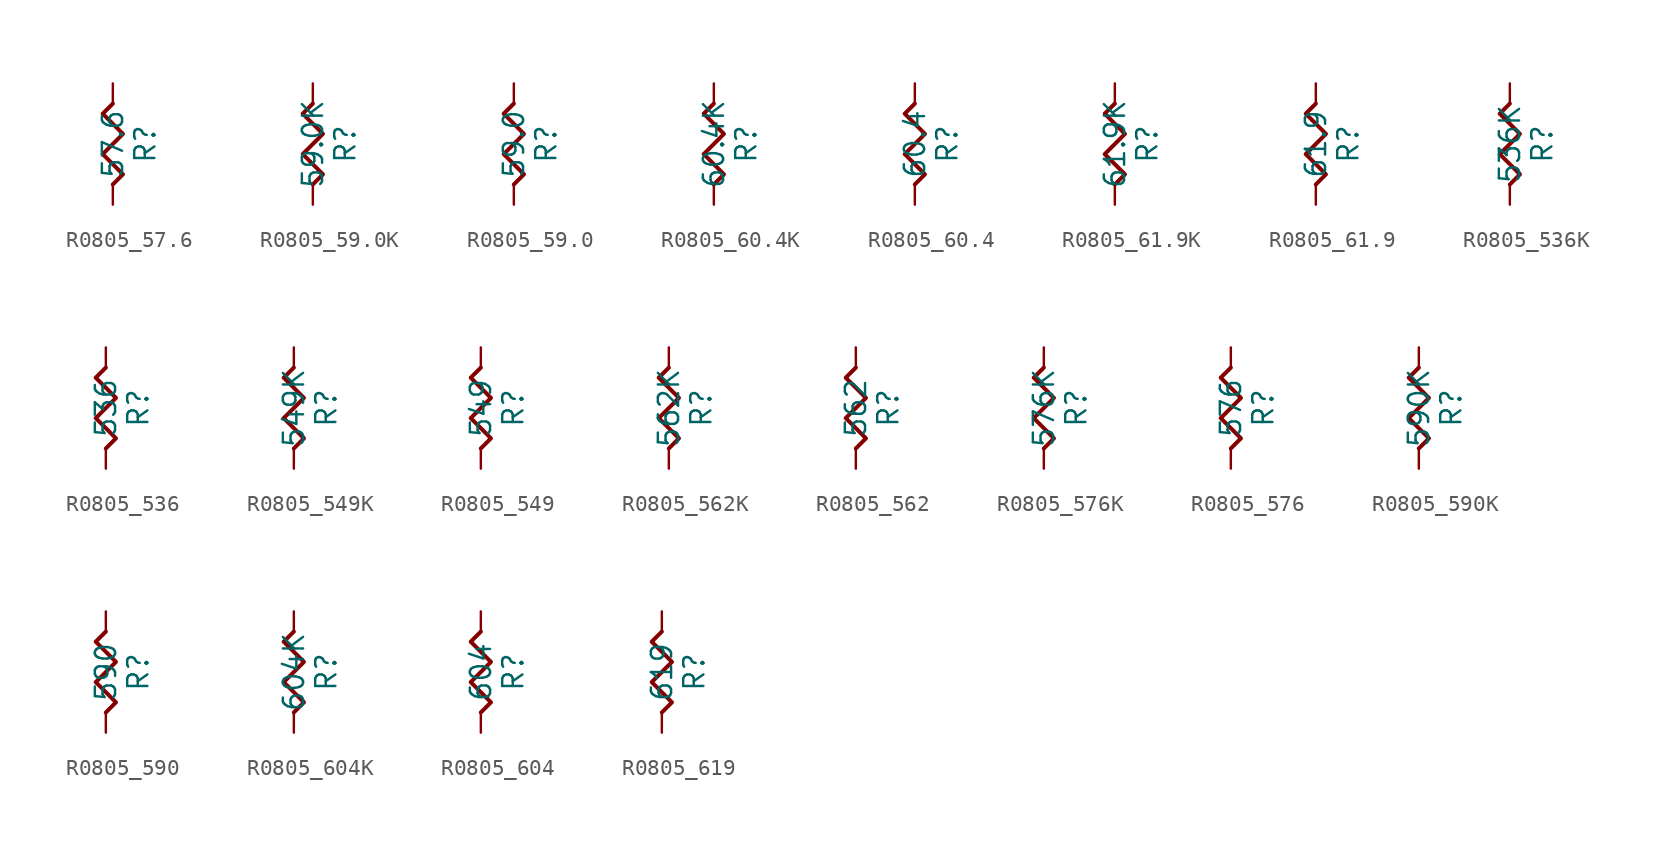
<source format=kicad_sym>
(kicad_symbol_lib
  (version 20211014)
  (generator atlantix-eda)
  (symbol "R0805_57.6"
    (pin_numbers hide)
    (pin_names
      (offset 0))
    (property "Reference" "R"
      (at 2.032 0 90)
      (effects (font (size 1.27 1.27))))
    (property "Value" "57.6"
      (at 0 0 90)
      (effects (font (size 1.27 1.27))))
    (symbol "R0805_57.6_0_1"
      (polyline (pts (xy 0 -2.54) (xy 0.635 -1.905) (xy -0.635 -0.635) (xy 0.635 0.635) (xy -0.635 1.905) (xy 0 2.54)) (stroke (width 0.254) (type default) (color 0 0 0 0)) (fill (type none))))
    (symbol "R0805_57.6_1_1"
      (pin passive line (at 0 3.81 270) (length 1.27) (name "~" (effects (font (size 1.27 1.27)))) (number "1" (effects (font (size 1.27 1.27)))))
      (pin passive line (at 0 -3.81 90) (length 1.27) (name "~" (effects (font (size 1.27 1.27)))) (number "2" (effects (font (size 1.27 1.27)))))))
  (symbol "R0805_59.0K"
    (pin_numbers hide)
    (pin_names
      (offset 0))
    (property "Reference" "R"
      (at 2.032 0 90)
      (effects (font (size 1.27 1.27))))
    (property "Value" "59.0K"
      (at 0 0 90)
      (effects (font (size 1.27 1.27))))
    (symbol "R0805_59.0K_0_1"
      (polyline (pts (xy 0 -2.54) (xy 0.635 -1.905) (xy -0.635 -0.635) (xy 0.635 0.635) (xy -0.635 1.905) (xy 0 2.54)) (stroke (width 0.254) (type default) (color 0 0 0 0)) (fill (type none))))
    (symbol "R0805_59.0K_1_1"
      (pin passive line (at 0 3.81 270) (length 1.27) (name "~" (effects (font (size 1.27 1.27)))) (number "1" (effects (font (size 1.27 1.27)))))
      (pin passive line (at 0 -3.81 90) (length 1.27) (name "~" (effects (font (size 1.27 1.27)))) (number "2" (effects (font (size 1.27 1.27)))))))
  (symbol "R0805_59.0"
    (pin_numbers hide)
    (pin_names
      (offset 0))
    (property "Reference" "R"
      (at 2.032 0 90)
      (effects (font (size 1.27 1.27))))
    (property "Value" "59.0"
      (at 0 0 90)
      (effects (font (size 1.27 1.27))))
    (symbol "R0805_59.0_0_1"
      (polyline (pts (xy 0 -2.54) (xy 0.635 -1.905) (xy -0.635 -0.635) (xy 0.635 0.635) (xy -0.635 1.905) (xy 0 2.54)) (stroke (width 0.254) (type default) (color 0 0 0 0)) (fill (type none))))
    (symbol "R0805_59.0_1_1"
      (pin passive line (at 0 3.81 270) (length 1.27) (name "~" (effects (font (size 1.27 1.27)))) (number "1" (effects (font (size 1.27 1.27)))))
      (pin passive line (at 0 -3.81 90) (length 1.27) (name "~" (effects (font (size 1.27 1.27)))) (number "2" (effects (font (size 1.27 1.27)))))))
  (symbol "R0805_60.4K"
    (pin_numbers hide)
    (pin_names
      (offset 0))
    (property "Reference" "R"
      (at 2.032 0 90)
      (effects (font (size 1.27 1.27))))
    (property "Value" "60.4K"
      (at 0 0 90)
      (effects (font (size 1.27 1.27))))
    (symbol "R0805_60.4K_0_1"
      (polyline (pts (xy 0 -2.54) (xy 0.635 -1.905) (xy -0.635 -0.635) (xy 0.635 0.635) (xy -0.635 1.905) (xy 0 2.54)) (stroke (width 0.254) (type default) (color 0 0 0 0)) (fill (type none))))
    (symbol "R0805_60.4K_1_1"
      (pin passive line (at 0 3.81 270) (length 1.27) (name "~" (effects (font (size 1.27 1.27)))) (number "1" (effects (font (size 1.27 1.27)))))
      (pin passive line (at 0 -3.81 90) (length 1.27) (name "~" (effects (font (size 1.27 1.27)))) (number "2" (effects (font (size 1.27 1.27)))))))
  (symbol "R0805_60.4"
    (pin_numbers hide)
    (pin_names
      (offset 0))
    (property "Reference" "R"
      (at 2.032 0 90)
      (effects (font (size 1.27 1.27))))
    (property "Value" "60.4"
      (at 0 0 90)
      (effects (font (size 1.27 1.27))))
    (symbol "R0805_60.4_0_1"
      (polyline (pts (xy 0 -2.54) (xy 0.635 -1.905) (xy -0.635 -0.635) (xy 0.635 0.635) (xy -0.635 1.905) (xy 0 2.54)) (stroke (width 0.254) (type default) (color 0 0 0 0)) (fill (type none))))
    (symbol "R0805_60.4_1_1"
      (pin passive line (at 0 3.81 270) (length 1.27) (name "~" (effects (font (size 1.27 1.27)))) (number "1" (effects (font (size 1.27 1.27)))))
      (pin passive line (at 0 -3.81 90) (length 1.27) (name "~" (effects (font (size 1.27 1.27)))) (number "2" (effects (font (size 1.27 1.27)))))))
  (symbol "R0805_61.9K"
    (pin_numbers hide)
    (pin_names
      (offset 0))
    (property "Reference" "R"
      (at 2.032 0 90)
      (effects (font (size 1.27 1.27))))
    (property "Value" "61.9K"
      (at 0 0 90)
      (effects (font (size 1.27 1.27))))
    (symbol "R0805_61.9K_0_1"
      (polyline (pts (xy 0 -2.54) (xy 0.635 -1.905) (xy -0.635 -0.635) (xy 0.635 0.635) (xy -0.635 1.905) (xy 0 2.54)) (stroke (width 0.254) (type default) (color 0 0 0 0)) (fill (type none))))
    (symbol "R0805_61.9K_1_1"
      (pin passive line (at 0 3.81 270) (length 1.27) (name "~" (effects (font (size 1.27 1.27)))) (number "1" (effects (font (size 1.27 1.27)))))
      (pin passive line (at 0 -3.81 90) (length 1.27) (name "~" (effects (font (size 1.27 1.27)))) (number "2" (effects (font (size 1.27 1.27)))))))
  (symbol "R0805_61.9"
    (pin_numbers hide)
    (pin_names
      (offset 0))
    (property "Reference" "R"
      (at 2.032 0 90)
      (effects (font (size 1.27 1.27))))
    (property "Value" "61.9"
      (at 0 0 90)
      (effects (font (size 1.27 1.27))))
    (symbol "R0805_61.9_0_1"
      (polyline (pts (xy 0 -2.54) (xy 0.635 -1.905) (xy -0.635 -0.635) (xy 0.635 0.635) (xy -0.635 1.905) (xy 0 2.54)) (stroke (width 0.254) (type default) (color 0 0 0 0)) (fill (type none))))
    (symbol "R0805_61.9_1_1"
      (pin passive line (at 0 3.81 270) (length 1.27) (name "~" (effects (font (size 1.27 1.27)))) (number "1" (effects (font (size 1.27 1.27)))))
      (pin passive line (at 0 -3.81 90) (length 1.27) (name "~" (effects (font (size 1.27 1.27)))) (number "2" (effects (font (size 1.27 1.27)))))))
  (symbol "R0805_536K"
    (pin_numbers hide)
    (pin_names
      (offset 0))
    (property "Reference" "R"
      (at 2.032 0 90)
      (effects (font (size 1.27 1.27))))
    (property "Value" "536K"
      (at 0 0 90)
      (effects (font (size 1.27 1.27))))
    (symbol "R0805_536K_0_1"
      (polyline (pts (xy 0 -2.54) (xy 0.635 -1.905) (xy -0.635 -0.635) (xy 0.635 0.635) (xy -0.635 1.905) (xy 0 2.54)) (stroke (width 0.254) (type default) (color 0 0 0 0)) (fill (type none))))
    (symbol "R0805_536K_1_1"
      (pin passive line (at 0 3.81 270) (length 1.27) (name "~" (effects (font (size 1.27 1.27)))) (number "1" (effects (font (size 1.27 1.27)))))
      (pin passive line (at 0 -3.81 90) (length 1.27) (name "~" (effects (font (size 1.27 1.27)))) (number "2" (effects (font (size 1.27 1.27)))))))
  (symbol "R0805_536"
    (pin_numbers hide)
    (pin_names
      (offset 0))
    (property "Reference" "R"
      (at 2.032 0 90)
      (effects (font (size 1.27 1.27))))
    (property "Value" "536"
      (at 0 0 90)
      (effects (font (size 1.27 1.27))))
    (symbol "R0805_536_0_1"
      (polyline (pts (xy 0 -2.54) (xy 0.635 -1.905) (xy -0.635 -0.635) (xy 0.635 0.635) (xy -0.635 1.905) (xy 0 2.54)) (stroke (width 0.254) (type default) (color 0 0 0 0)) (fill (type none))))
    (symbol "R0805_536_1_1"
      (pin passive line (at 0 3.81 270) (length 1.27) (name "~" (effects (font (size 1.27 1.27)))) (number "1" (effects (font (size 1.27 1.27)))))
      (pin passive line (at 0 -3.81 90) (length 1.27) (name "~" (effects (font (size 1.27 1.27)))) (number "2" (effects (font (size 1.27 1.27)))))))
  (symbol "R0805_549K"
    (pin_numbers hide)
    (pin_names
      (offset 0))
    (property "Reference" "R"
      (at 2.032 0 90)
      (effects (font (size 1.27 1.27))))
    (property "Value" "549K"
      (at 0 0 90)
      (effects (font (size 1.27 1.27))))
    (symbol "R0805_549K_0_1"
      (polyline (pts (xy 0 -2.54) (xy 0.635 -1.905) (xy -0.635 -0.635) (xy 0.635 0.635) (xy -0.635 1.905) (xy 0 2.54)) (stroke (width 0.254) (type default) (color 0 0 0 0)) (fill (type none))))
    (symbol "R0805_549K_1_1"
      (pin passive line (at 0 3.81 270) (length 1.27) (name "~" (effects (font (size 1.27 1.27)))) (number "1" (effects (font (size 1.27 1.27)))))
      (pin passive line (at 0 -3.81 90) (length 1.27) (name "~" (effects (font (size 1.27 1.27)))) (number "2" (effects (font (size 1.27 1.27)))))))
  (symbol "R0805_549"
    (pin_numbers hide)
    (pin_names
      (offset 0))
    (property "Reference" "R"
      (at 2.032 0 90)
      (effects (font (size 1.27 1.27))))
    (property "Value" "549"
      (at 0 0 90)
      (effects (font (size 1.27 1.27))))
    (symbol "R0805_549_0_1"
      (polyline (pts (xy 0 -2.54) (xy 0.635 -1.905) (xy -0.635 -0.635) (xy 0.635 0.635) (xy -0.635 1.905) (xy 0 2.54)) (stroke (width 0.254) (type default) (color 0 0 0 0)) (fill (type none))))
    (symbol "R0805_549_1_1"
      (pin passive line (at 0 3.81 270) (length 1.27) (name "~" (effects (font (size 1.27 1.27)))) (number "1" (effects (font (size 1.27 1.27)))))
      (pin passive line (at 0 -3.81 90) (length 1.27) (name "~" (effects (font (size 1.27 1.27)))) (number "2" (effects (font (size 1.27 1.27)))))))
  (symbol "R0805_562K"
    (pin_numbers hide)
    (pin_names
      (offset 0))
    (property "Reference" "R"
      (at 2.032 0 90)
      (effects (font (size 1.27 1.27))))
    (property "Value" "562K"
      (at 0 0 90)
      (effects (font (size 1.27 1.27))))
    (symbol "R0805_562K_0_1"
      (polyline (pts (xy 0 -2.54) (xy 0.635 -1.905) (xy -0.635 -0.635) (xy 0.635 0.635) (xy -0.635 1.905) (xy 0 2.54)) (stroke (width 0.254) (type default) (color 0 0 0 0)) (fill (type none))))
    (symbol "R0805_562K_1_1"
      (pin passive line (at 0 3.81 270) (length 1.27) (name "~" (effects (font (size 1.27 1.27)))) (number "1" (effects (font (size 1.27 1.27)))))
      (pin passive line (at 0 -3.81 90) (length 1.27) (name "~" (effects (font (size 1.27 1.27)))) (number "2" (effects (font (size 1.27 1.27)))))))
  (symbol "R0805_562"
    (pin_numbers hide)
    (pin_names
      (offset 0))
    (property "Reference" "R"
      (at 2.032 0 90)
      (effects (font (size 1.27 1.27))))
    (property "Value" "562"
      (at 0 0 90)
      (effects (font (size 1.27 1.27))))
    (symbol "R0805_562_0_1"
      (polyline (pts (xy 0 -2.54) (xy 0.635 -1.905) (xy -0.635 -0.635) (xy 0.635 0.635) (xy -0.635 1.905) (xy 0 2.54)) (stroke (width 0.254) (type default) (color 0 0 0 0)) (fill (type none))))
    (symbol "R0805_562_1_1"
      (pin passive line (at 0 3.81 270) (length 1.27) (name "~" (effects (font (size 1.27 1.27)))) (number "1" (effects (font (size 1.27 1.27)))))
      (pin passive line (at 0 -3.81 90) (length 1.27) (name "~" (effects (font (size 1.27 1.27)))) (number "2" (effects (font (size 1.27 1.27)))))))
  (symbol "R0805_576K"
    (pin_numbers hide)
    (pin_names
      (offset 0))
    (property "Reference" "R"
      (at 2.032 0 90)
      (effects (font (size 1.27 1.27))))
    (property "Value" "576K"
      (at 0 0 90)
      (effects (font (size 1.27 1.27))))
    (symbol "R0805_576K_0_1"
      (polyline (pts (xy 0 -2.54) (xy 0.635 -1.905) (xy -0.635 -0.635) (xy 0.635 0.635) (xy -0.635 1.905) (xy 0 2.54)) (stroke (width 0.254) (type default) (color 0 0 0 0)) (fill (type none))))
    (symbol "R0805_576K_1_1"
      (pin passive line (at 0 3.81 270) (length 1.27) (name "~" (effects (font (size 1.27 1.27)))) (number "1" (effects (font (size 1.27 1.27)))))
      (pin passive line (at 0 -3.81 90) (length 1.27) (name "~" (effects (font (size 1.27 1.27)))) (number "2" (effects (font (size 1.27 1.27)))))))
  (symbol "R0805_576"
    (pin_numbers hide)
    (pin_names
      (offset 0))
    (property "Reference" "R"
      (at 2.032 0 90)
      (effects (font (size 1.27 1.27))))
    (property "Value" "576"
      (at 0 0 90)
      (effects (font (size 1.27 1.27))))
    (symbol "R0805_576_0_1"
      (polyline (pts (xy 0 -2.54) (xy 0.635 -1.905) (xy -0.635 -0.635) (xy 0.635 0.635) (xy -0.635 1.905) (xy 0 2.54)) (stroke (width 0.254) (type default) (color 0 0 0 0)) (fill (type none))))
    (symbol "R0805_576_1_1"
      (pin passive line (at 0 3.81 270) (length 1.27) (name "~" (effects (font (size 1.27 1.27)))) (number "1" (effects (font (size 1.27 1.27)))))
      (pin passive line (at 0 -3.81 90) (length 1.27) (name "~" (effects (font (size 1.27 1.27)))) (number "2" (effects (font (size 1.27 1.27)))))))
  (symbol "R0805_590K"
    (pin_numbers hide)
    (pin_names
      (offset 0))
    (property "Reference" "R"
      (at 2.032 0 90)
      (effects (font (size 1.27 1.27))))
    (property "Value" "590K"
      (at 0 0 90)
      (effects (font (size 1.27 1.27))))
    (symbol "R0805_590K_0_1"
      (polyline (pts (xy 0 -2.54) (xy 0.635 -1.905) (xy -0.635 -0.635) (xy 0.635 0.635) (xy -0.635 1.905) (xy 0 2.54)) (stroke (width 0.254) (type default) (color 0 0 0 0)) (fill (type none))))
    (symbol "R0805_590K_1_1"
      (pin passive line (at 0 3.81 270) (length 1.27) (name "~" (effects (font (size 1.27 1.27)))) (number "1" (effects (font (size 1.27 1.27)))))
      (pin passive line (at 0 -3.81 90) (length 1.27) (name "~" (effects (font (size 1.27 1.27)))) (number "2" (effects (font (size 1.27 1.27)))))))
  (symbol "R0805_590"
    (pin_numbers hide)
    (pin_names
      (offset 0))
    (property "Reference" "R"
      (at 2.032 0 90)
      (effects (font (size 1.27 1.27))))
    (property "Value" "590"
      (at 0 0 90)
      (effects (font (size 1.27 1.27))))
    (symbol "R0805_590_0_1"
      (polyline (pts (xy 0 -2.54) (xy 0.635 -1.905) (xy -0.635 -0.635) (xy 0.635 0.635) (xy -0.635 1.905) (xy 0 2.54)) (stroke (width 0.254) (type default) (color 0 0 0 0)) (fill (type none))))
    (symbol "R0805_590_1_1"
      (pin passive line (at 0 3.81 270) (length 1.27) (name "~" (effects (font (size 1.27 1.27)))) (number "1" (effects (font (size 1.27 1.27)))))
      (pin passive line (at 0 -3.81 90) (length 1.27) (name "~" (effects (font (size 1.27 1.27)))) (number "2" (effects (font (size 1.27 1.27)))))))
  (symbol "R0805_604K"
    (pin_numbers hide)
    (pin_names
      (offset 0))
    (property "Reference" "R"
      (at 2.032 0 90)
      (effects (font (size 1.27 1.27))))
    (property "Value" "604K"
      (at 0 0 90)
      (effects (font (size 1.27 1.27))))
    (symbol "R0805_604K_0_1"
      (polyline (pts (xy 0 -2.54) (xy 0.635 -1.905) (xy -0.635 -0.635) (xy 0.635 0.635) (xy -0.635 1.905) (xy 0 2.54)) (stroke (width 0.254) (type default) (color 0 0 0 0)) (fill (type none))))
    (symbol "R0805_604K_1_1"
      (pin passive line (at 0 3.81 270) (length 1.27) (name "~" (effects (font (size 1.27 1.27)))) (number "1" (effects (font (size 1.27 1.27)))))
      (pin passive line (at 0 -3.81 90) (length 1.27) (name "~" (effects (font (size 1.27 1.27)))) (number "2" (effects (font (size 1.27 1.27)))))))
  (symbol "R0805_604"
    (pin_numbers hide)
    (pin_names
      (offset 0))
    (property "Reference" "R"
      (at 2.032 0 90)
      (effects (font (size 1.27 1.27))))
    (property "Value" "604"
      (at 0 0 90)
      (effects (font (size 1.27 1.27))))
    (symbol "R0805_604_0_1"
      (polyline (pts (xy 0 -2.54) (xy 0.635 -1.905) (xy -0.635 -0.635) (xy 0.635 0.635) (xy -0.635 1.905) (xy 0 2.54)) (stroke (width 0.254) (type default) (color 0 0 0 0)) (fill (type none))))
    (symbol "R0805_604_1_1"
      (pin passive line (at 0 3.81 270) (length 1.27) (name "~" (effects (font (size 1.27 1.27)))) (number "1" (effects (font (size 1.27 1.27)))))
      (pin passive line (at 0 -3.81 90) (length 1.27) (name "~" (effects (font (size 1.27 1.27)))) (number "2" (effects (font (size 1.27 1.27)))))))
  (symbol "R0805_619"
    (pin_numbers hide)
    (pin_names
      (offset 0))
    (property "Reference" "R"
      (at 2.032 0 90)
      (effects (font (size 1.27 1.27))))
    (property "Value" "619"
      (at 0 0 90)
      (effects (font (size 1.27 1.27))))
    (symbol "R0805_619_0_1"
      (polyline (pts (xy 0 -2.54) (xy 0.635 -1.905) (xy -0.635 -0.635) (xy 0.635 0.635) (xy -0.635 1.905) (xy 0 2.54)) (stroke (width 0.254) (type default) (color 0 0 0 0)) (fill (type none))))
    (symbol "R0805_619_1_1"
      (pin passive line (at 0 3.81 270) (length 1.27) (name "~" (effects (font (size 1.27 1.27)))) (number "1" (effects (font (size 1.27 1.27)))))
      (pin passive line (at 0 -3.81 90) (length 1.27) (name "~" (effects (font (size 1.27 1.27)))) (number "2" (effects (font (size 1.27 1.27))))))))
</source>
